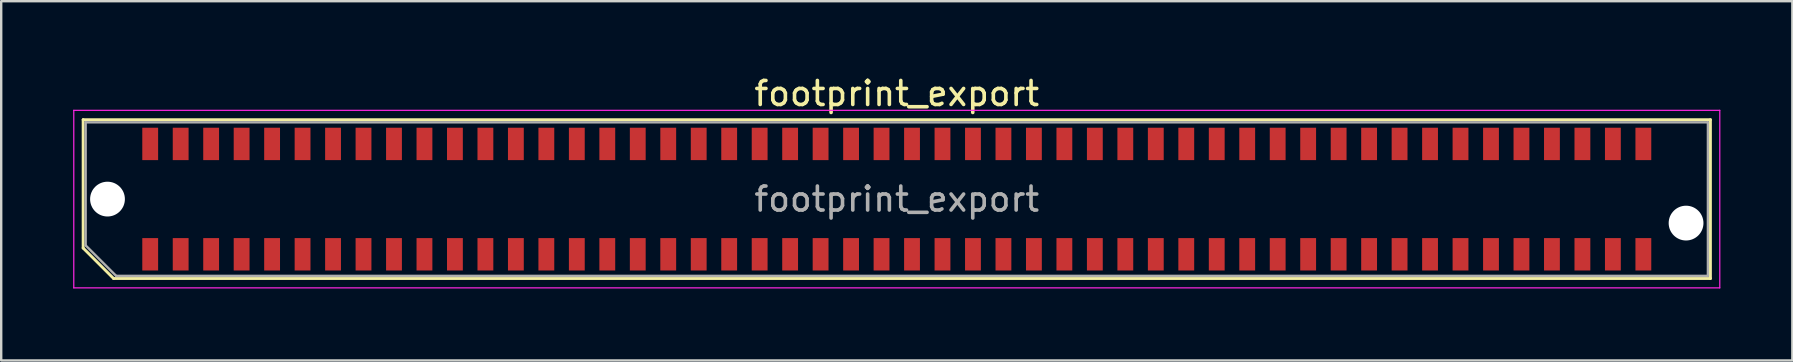
<source format=kicad_pcb>
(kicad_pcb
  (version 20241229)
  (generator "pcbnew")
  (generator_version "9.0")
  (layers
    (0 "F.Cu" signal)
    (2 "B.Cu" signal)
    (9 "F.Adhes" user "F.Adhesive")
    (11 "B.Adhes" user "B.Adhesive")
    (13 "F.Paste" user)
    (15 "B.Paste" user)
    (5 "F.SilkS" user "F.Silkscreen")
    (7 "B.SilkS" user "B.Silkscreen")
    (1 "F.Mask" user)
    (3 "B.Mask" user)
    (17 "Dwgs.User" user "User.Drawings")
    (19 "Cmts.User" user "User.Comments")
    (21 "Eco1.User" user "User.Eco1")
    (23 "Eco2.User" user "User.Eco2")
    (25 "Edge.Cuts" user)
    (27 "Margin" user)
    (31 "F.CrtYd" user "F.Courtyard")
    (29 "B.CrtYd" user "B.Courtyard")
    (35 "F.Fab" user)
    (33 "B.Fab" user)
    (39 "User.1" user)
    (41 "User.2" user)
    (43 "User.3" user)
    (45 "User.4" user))
  (footprint "footprint_export"
    (layer "F.Cu")
    (at 34.325 5.248)
    (property "Reference" "footprint_export" (at 0 -4.4 0) (layer "F.SilkS") (effects (font (size 1 1) (thickness 0.15))))
    (attr smd)
    (fp_line (start -33.91 -3.31) (end 33.91 -3.31) (stroke (width 0.12) (type solid)) (layer "F.SilkS"))
    (fp_line (start -33.91 2.04) (end -33.91 -3.31) (stroke (width 0.12) (type solid)) (layer "F.SilkS"))
    (fp_line (start -32.64 3.31) (end -33.91 2.04) (stroke (width 0.12) (type solid)) (layer "F.SilkS"))
    (fp_line (start -32.64 3.31) (end 33.91 3.31) (stroke (width 0.12) (type solid)) (layer "F.SilkS"))
    (fp_line (start 33.91 3.31) (end 33.91 -3.31) (stroke (width 0.12) (type solid)) (layer "F.SilkS"))
    (fp_line (start -34.3 -3.7) (end -34.3 3.7) (stroke (width 0.05) (type solid)) (layer "F.CrtYd"))
    (fp_line (start -34.3 3.7) (end 34.3 3.7) (stroke (width 0.05) (type solid)) (layer "F.CrtYd"))
    (fp_line (start 34.3 -3.7) (end -34.3 -3.7) (stroke (width 0.05) (type solid)) (layer "F.CrtYd"))
    (fp_line (start 34.3 3.7) (end 34.3 -3.7) (stroke (width 0.05) (type solid)) (layer "F.CrtYd"))
    (fp_line (start -33.805 -3.2) (end 33.805 -3.2) (stroke (width 0.1) (type solid)) (layer "F.Fab"))
    (fp_line (start -33.805 1.93) (end -33.805 -3.2) (stroke (width 0.1) (type solid)) (layer "F.Fab"))
    (fp_line (start -33.805 1.93) (end -32.535 3.2) (stroke (width 0.1) (type solid)) (layer "F.Fab"))
    (fp_line (start -32.535 3.2) (end 33.805 3.2) (stroke (width 0.1) (type solid)) (layer "F.Fab"))
    (fp_line (start 33.805 3.2) (end 33.805 -3.2) (stroke (width 0.1) (type solid)) (layer "F.Fab"))
    (fp_text user "${REFERENCE}" (at 0 0 0) (layer "F.Fab") (effects (font (size 1 1) (thickness 0.15))))
    (pad "" np_thru_hole circle (at -32.895 0) (size 1.45 1.45) (drill 1.45) (layers "*.Cu" "*.Mask"))
    (pad "" np_thru_hole circle (at 32.895 1) (size 1.45 1.45) (drill 1.45) (layers "*.Cu" "*.Mask"))
    (pad "1" smd rect (at -31.115 2.3) (size 0.66 1.35) (layers "F.Cu" "F.Mask" "F.Paste"))
    (pad "2" smd rect (at -31.115 -2.3) (size 0.66 1.35) (layers "F.Cu" "F.Mask" "F.Paste"))
    (pad "3" smd rect (at -29.845 2.3) (size 0.66 1.35) (layers "F.Cu" "F.Mask" "F.Paste"))
    (pad "4" smd rect (at -29.845 -2.3) (size 0.66 1.35) (layers "F.Cu" "F.Mask" "F.Paste"))
    (pad "5" smd rect (at -28.575 2.3) (size 0.66 1.35) (layers "F.Cu" "F.Mask" "F.Paste"))
    (pad "6" smd rect (at -28.575 -2.3) (size 0.66 1.35) (layers "F.Cu" "F.Mask" "F.Paste"))
    (pad "7" smd rect (at -27.305 2.3) (size 0.66 1.35) (layers "F.Cu" "F.Mask" "F.Paste"))
    (pad "8" smd rect (at -27.305 -2.3) (size 0.66 1.35) (layers "F.Cu" "F.Mask" "F.Paste"))
    (pad "9" smd rect (at -26.035 2.3) (size 0.66 1.35) (layers "F.Cu" "F.Mask" "F.Paste"))
    (pad "10" smd rect (at -26.035 -2.3) (size 0.66 1.35) (layers "F.Cu" "F.Mask" "F.Paste"))
    (pad "11" smd rect (at -24.765 2.3) (size 0.66 1.35) (layers "F.Cu" "F.Mask" "F.Paste"))
    (pad "12" smd rect (at -24.765 -2.3) (size 0.66 1.35) (layers "F.Cu" "F.Mask" "F.Paste"))
    (pad "13" smd rect (at -23.495 2.3) (size 0.66 1.35) (layers "F.Cu" "F.Mask" "F.Paste"))
    (pad "14" smd rect (at -23.495 -2.3) (size 0.66 1.35) (layers "F.Cu" "F.Mask" "F.Paste"))
    (pad "15" smd rect (at -22.225 2.3) (size 0.66 1.35) (layers "F.Cu" "F.Mask" "F.Paste"))
    (pad "16" smd rect (at -22.225 -2.3) (size 0.66 1.35) (layers "F.Cu" "F.Mask" "F.Paste"))
    (pad "17" smd rect (at -20.955 2.3) (size 0.66 1.35) (layers "F.Cu" "F.Mask" "F.Paste"))
    (pad "18" smd rect (at -20.955 -2.3) (size 0.66 1.35) (layers "F.Cu" "F.Mask" "F.Paste"))
    (pad "19" smd rect (at -19.685 2.3) (size 0.66 1.35) (layers "F.Cu" "F.Mask" "F.Paste"))
    (pad "20" smd rect (at -19.685 -2.3) (size 0.66 1.35) (layers "F.Cu" "F.Mask" "F.Paste"))
    (pad "21" smd rect (at -18.415 2.3) (size 0.66 1.35) (layers "F.Cu" "F.Mask" "F.Paste"))
    (pad "22" smd rect (at -18.415 -2.3) (size 0.66 1.35) (layers "F.Cu" "F.Mask" "F.Paste"))
    (pad "23" smd rect (at -17.145 2.3) (size 0.66 1.35) (layers "F.Cu" "F.Mask" "F.Paste"))
    (pad "24" smd rect (at -17.145 -2.3) (size 0.66 1.35) (layers "F.Cu" "F.Mask" "F.Paste"))
    (pad "25" smd rect (at -15.875 2.3) (size 0.66 1.35) (layers "F.Cu" "F.Mask" "F.Paste"))
    (pad "26" smd rect (at -15.875 -2.3) (size 0.66 1.35) (layers "F.Cu" "F.Mask" "F.Paste"))
    (pad "27" smd rect (at -14.605 2.3) (size 0.66 1.35) (layers "F.Cu" "F.Mask" "F.Paste"))
    (pad "28" smd rect (at -14.605 -2.3) (size 0.66 1.35) (layers "F.Cu" "F.Mask" "F.Paste"))
    (pad "29" smd rect (at -13.335 2.3) (size 0.66 1.35) (layers "F.Cu" "F.Mask" "F.Paste"))
    (pad "30" smd rect (at -13.335 -2.3) (size 0.66 1.35) (layers "F.Cu" "F.Mask" "F.Paste"))
    (pad "31" smd rect (at -12.065 2.3) (size 0.66 1.35) (layers "F.Cu" "F.Mask" "F.Paste"))
    (pad "32" smd rect (at -12.065 -2.3) (size 0.66 1.35) (layers "F.Cu" "F.Mask" "F.Paste"))
    (pad "33" smd rect (at -10.795 2.3) (size 0.66 1.35) (layers "F.Cu" "F.Mask" "F.Paste"))
    (pad "34" smd rect (at -10.795 -2.3) (size 0.66 1.35) (layers "F.Cu" "F.Mask" "F.Paste"))
    (pad "35" smd rect (at -9.525 2.3) (size 0.66 1.35) (layers "F.Cu" "F.Mask" "F.Paste"))
    (pad "36" smd rect (at -9.525 -2.3) (size 0.66 1.35) (layers "F.Cu" "F.Mask" "F.Paste"))
    (pad "37" smd rect (at -8.255 2.3) (size 0.66 1.35) (layers "F.Cu" "F.Mask" "F.Paste"))
    (pad "38" smd rect (at -8.255 -2.3) (size 0.66 1.35) (layers "F.Cu" "F.Mask" "F.Paste"))
    (pad "39" smd rect (at -6.985 2.3) (size 0.66 1.35) (layers "F.Cu" "F.Mask" "F.Paste"))
    (pad "40" smd rect (at -6.985 -2.3) (size 0.66 1.35) (layers "F.Cu" "F.Mask" "F.Paste"))
    (pad "41" smd rect (at -5.715 2.3) (size 0.66 1.35) (layers "F.Cu" "F.Mask" "F.Paste"))
    (pad "42" smd rect (at -5.715 -2.3) (size 0.66 1.35) (layers "F.Cu" "F.Mask" "F.Paste"))
    (pad "43" smd rect (at -4.445 2.3) (size 0.66 1.35) (layers "F.Cu" "F.Mask" "F.Paste"))
    (pad "44" smd rect (at -4.445 -2.3) (size 0.66 1.35) (layers "F.Cu" "F.Mask" "F.Paste"))
    (pad "45" smd rect (at -3.175 2.3) (size 0.66 1.35) (layers "F.Cu" "F.Mask" "F.Paste"))
    (pad "46" smd rect (at -3.175 -2.3) (size 0.66 1.35) (layers "F.Cu" "F.Mask" "F.Paste"))
    (pad "47" smd rect (at -1.905 2.3) (size 0.66 1.35) (layers "F.Cu" "F.Mask" "F.Paste"))
    (pad "48" smd rect (at -1.905 -2.3) (size 0.66 1.35) (layers "F.Cu" "F.Mask" "F.Paste"))
    (pad "49" smd rect (at -0.635 2.3) (size 0.66 1.35) (layers "F.Cu" "F.Mask" "F.Paste"))
    (pad "50" smd rect (at -0.635 -2.3) (size 0.66 1.35) (layers "F.Cu" "F.Mask" "F.Paste"))
    (pad "51" smd rect (at 0.635 2.3) (size 0.66 1.35) (layers "F.Cu" "F.Mask" "F.Paste"))
    (pad "52" smd rect (at 0.635 -2.3) (size 0.66 1.35) (layers "F.Cu" "F.Mask" "F.Paste"))
    (pad "53" smd rect (at 1.905 2.3) (size 0.66 1.35) (layers "F.Cu" "F.Mask" "F.Paste"))
    (pad "54" smd rect (at 1.905 -2.3) (size 0.66 1.35) (layers "F.Cu" "F.Mask" "F.Paste"))
    (pad "55" smd rect (at 3.175 2.3) (size 0.66 1.35) (layers "F.Cu" "F.Mask" "F.Paste"))
    (pad "56" smd rect (at 3.175 -2.3) (size 0.66 1.35) (layers "F.Cu" "F.Mask" "F.Paste"))
    (pad "57" smd rect (at 4.445 2.3) (size 0.66 1.35) (layers "F.Cu" "F.Mask" "F.Paste"))
    (pad "58" smd rect (at 4.445 -2.3) (size 0.66 1.35) (layers "F.Cu" "F.Mask" "F.Paste"))
    (pad "59" smd rect (at 5.715 2.3) (size 0.66 1.35) (layers "F.Cu" "F.Mask" "F.Paste"))
    (pad "60" smd rect (at 5.715 -2.3) (size 0.66 1.35) (layers "F.Cu" "F.Mask" "F.Paste"))
    (pad "61" smd rect (at 6.985 2.3) (size 0.66 1.35) (layers "F.Cu" "F.Mask" "F.Paste"))
    (pad "62" smd rect (at 6.985 -2.3) (size 0.66 1.35) (layers "F.Cu" "F.Mask" "F.Paste"))
    (pad "63" smd rect (at 8.255 2.3) (size 0.66 1.35) (layers "F.Cu" "F.Mask" "F.Paste"))
    (pad "64" smd rect (at 8.255 -2.3) (size 0.66 1.35) (layers "F.Cu" "F.Mask" "F.Paste"))
    (pad "65" smd rect (at 9.525 2.3) (size 0.66 1.35) (layers "F.Cu" "F.Mask" "F.Paste"))
    (pad "66" smd rect (at 9.525 -2.3) (size 0.66 1.35) (layers "F.Cu" "F.Mask" "F.Paste"))
    (pad "67" smd rect (at 10.795 2.3) (size 0.66 1.35) (layers "F.Cu" "F.Mask" "F.Paste"))
    (pad "68" smd rect (at 10.795 -2.3) (size 0.66 1.35) (layers "F.Cu" "F.Mask" "F.Paste"))
    (pad "69" smd rect (at 12.065 2.3) (size 0.66 1.35) (layers "F.Cu" "F.Mask" "F.Paste"))
    (pad "70" smd rect (at 12.065 -2.3) (size 0.66 1.35) (layers "F.Cu" "F.Mask" "F.Paste"))
    (pad "71" smd rect (at 13.335 2.3) (size 0.66 1.35) (layers "F.Cu" "F.Mask" "F.Paste"))
    (pad "72" smd rect (at 13.335 -2.3) (size 0.66 1.35) (layers "F.Cu" "F.Mask" "F.Paste"))
    (pad "73" smd rect (at 14.605 2.3) (size 0.66 1.35) (layers "F.Cu" "F.Mask" "F.Paste"))
    (pad "74" smd rect (at 14.605 -2.3) (size 0.66 1.35) (layers "F.Cu" "F.Mask" "F.Paste"))
    (pad "75" smd rect (at 15.875 2.3) (size 0.66 1.35) (layers "F.Cu" "F.Mask" "F.Paste"))
    (pad "76" smd rect (at 15.875 -2.3) (size 0.66 1.35) (layers "F.Cu" "F.Mask" "F.Paste"))
    (pad "77" smd rect (at 17.145 2.3) (size 0.66 1.35) (layers "F.Cu" "F.Mask" "F.Paste"))
    (pad "78" smd rect (at 17.145 -2.3) (size 0.66 1.35) (layers "F.Cu" "F.Mask" "F.Paste"))
    (pad "79" smd rect (at 18.415 2.3) (size 0.66 1.35) (layers "F.Cu" "F.Mask" "F.Paste"))
    (pad "80" smd rect (at 18.415 -2.3) (size 0.66 1.35) (layers "F.Cu" "F.Mask" "F.Paste"))
    (pad "81" smd rect (at 19.685 2.3) (size 0.66 1.35) (layers "F.Cu" "F.Mask" "F.Paste"))
    (pad "82" smd rect (at 19.685 -2.3) (size 0.66 1.35) (layers "F.Cu" "F.Mask" "F.Paste"))
    (pad "83" smd rect (at 20.955 2.3) (size 0.66 1.35) (layers "F.Cu" "F.Mask" "F.Paste"))
    (pad "84" smd rect (at 20.955 -2.3) (size 0.66 1.35) (layers "F.Cu" "F.Mask" "F.Paste"))
    (pad "85" smd rect (at 22.225 2.3) (size 0.66 1.35) (layers "F.Cu" "F.Mask" "F.Paste"))
    (pad "86" smd rect (at 22.225 -2.3) (size 0.66 1.35) (layers "F.Cu" "F.Mask" "F.Paste"))
    (pad "87" smd rect (at 23.495 2.3) (size 0.66 1.35) (layers "F.Cu" "F.Mask" "F.Paste"))
    (pad "88" smd rect (at 23.495 -2.3) (size 0.66 1.35) (layers "F.Cu" "F.Mask" "F.Paste"))
    (pad "89" smd rect (at 24.765 2.3) (size 0.66 1.35) (layers "F.Cu" "F.Mask" "F.Paste"))
    (pad "90" smd rect (at 24.765 -2.3) (size 0.66 1.35) (layers "F.Cu" "F.Mask" "F.Paste"))
    (pad "91" smd rect (at 26.035 2.3) (size 0.66 1.35) (layers "F.Cu" "F.Mask" "F.Paste"))
    (pad "92" smd rect (at 26.035 -2.3) (size 0.66 1.35) (layers "F.Cu" "F.Mask" "F.Paste"))
    (pad "93" smd rect (at 27.305 2.3) (size 0.66 1.35) (layers "F.Cu" "F.Mask" "F.Paste"))
    (pad "94" smd rect (at 27.305 -2.3) (size 0.66 1.35) (layers "F.Cu" "F.Mask" "F.Paste"))
    (pad "95" smd rect (at 28.575 2.3) (size 0.66 1.35) (layers "F.Cu" "F.Mask" "F.Paste"))
    (pad "96" smd rect (at 28.575 -2.3) (size 0.66 1.35) (layers "F.Cu" "F.Mask" "F.Paste"))
    (pad "97" smd rect (at 29.845 2.3) (size 0.66 1.35) (layers "F.Cu" "F.Mask" "F.Paste"))
    (pad "98" smd rect (at 29.845 -2.3) (size 0.66 1.35) (layers "F.Cu" "F.Mask" "F.Paste"))
    (pad "99" smd rect (at 31.115 2.3) (size 0.66 1.35) (layers "F.Cu" "F.Mask" "F.Paste"))
    (pad "100" smd rect (at 31.115 -2.3) (size 0.66 1.35) (layers "F.Cu" "F.Mask" "F.Paste")))
  (gr_rect
    (start -3 -3)
    (end 71.65 11.973)
    (stroke (width 0.1) (type default))
    (fill no)
    (layer "Edge.Cuts")))
</source>
